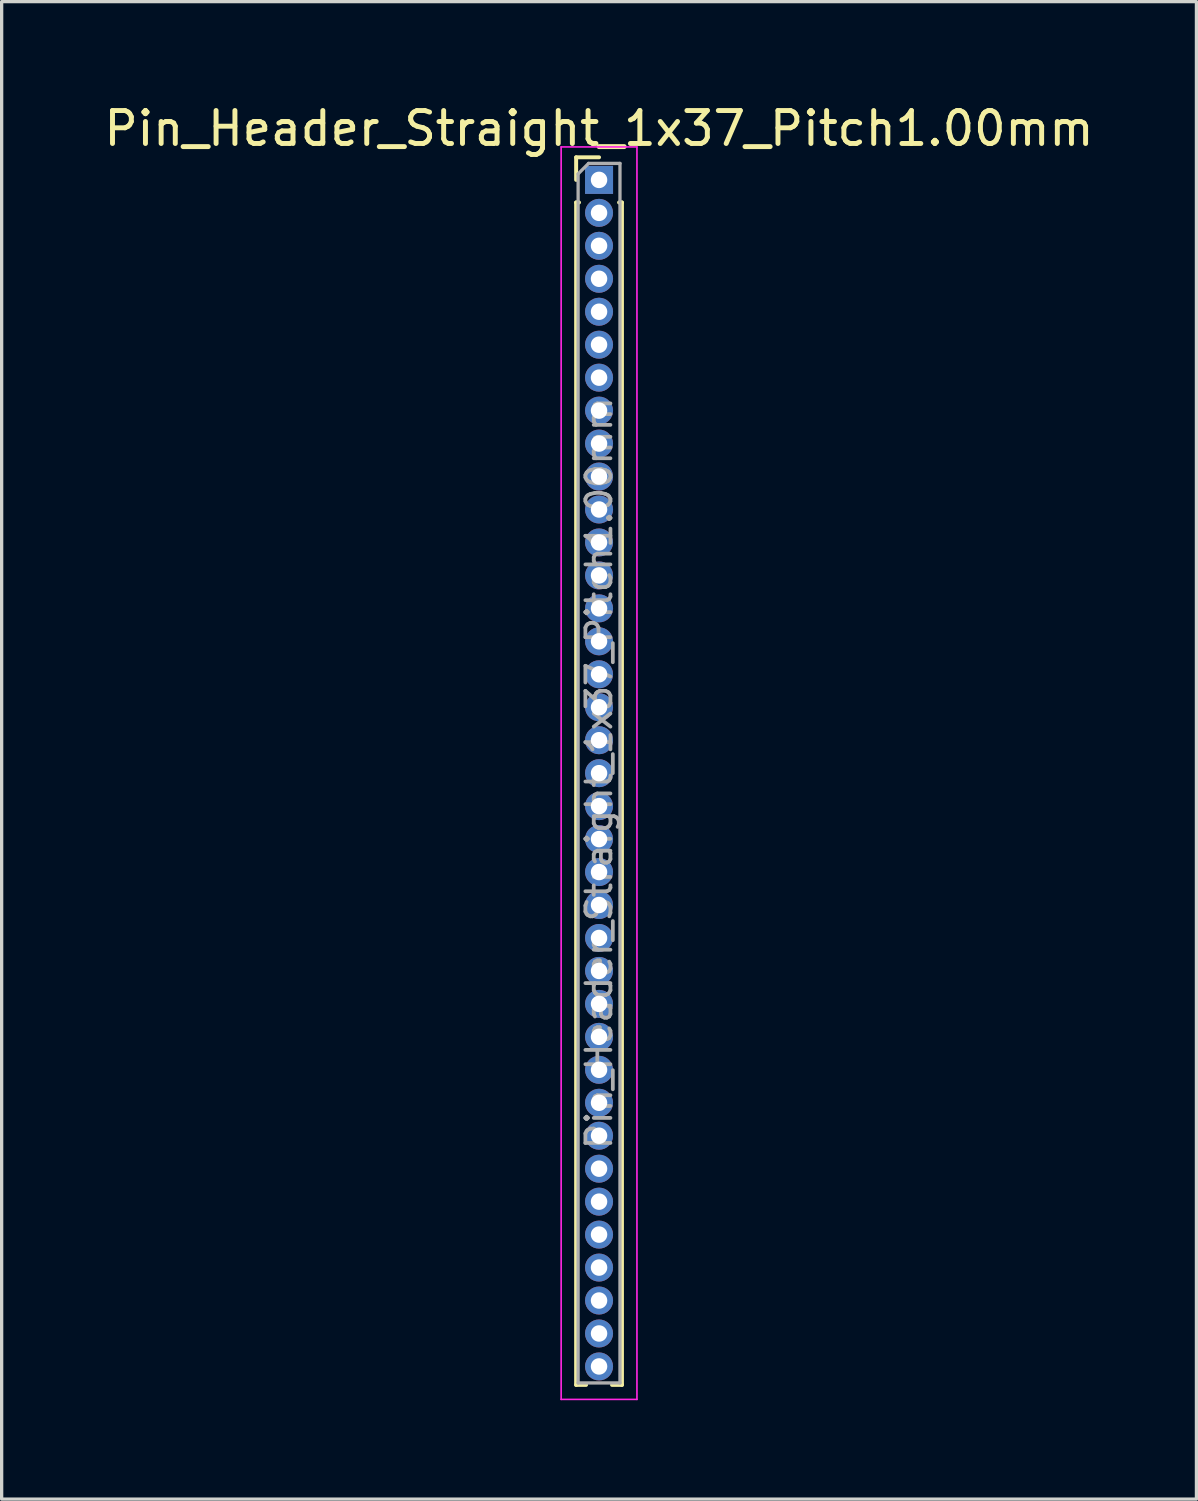
<source format=kicad_pcb>
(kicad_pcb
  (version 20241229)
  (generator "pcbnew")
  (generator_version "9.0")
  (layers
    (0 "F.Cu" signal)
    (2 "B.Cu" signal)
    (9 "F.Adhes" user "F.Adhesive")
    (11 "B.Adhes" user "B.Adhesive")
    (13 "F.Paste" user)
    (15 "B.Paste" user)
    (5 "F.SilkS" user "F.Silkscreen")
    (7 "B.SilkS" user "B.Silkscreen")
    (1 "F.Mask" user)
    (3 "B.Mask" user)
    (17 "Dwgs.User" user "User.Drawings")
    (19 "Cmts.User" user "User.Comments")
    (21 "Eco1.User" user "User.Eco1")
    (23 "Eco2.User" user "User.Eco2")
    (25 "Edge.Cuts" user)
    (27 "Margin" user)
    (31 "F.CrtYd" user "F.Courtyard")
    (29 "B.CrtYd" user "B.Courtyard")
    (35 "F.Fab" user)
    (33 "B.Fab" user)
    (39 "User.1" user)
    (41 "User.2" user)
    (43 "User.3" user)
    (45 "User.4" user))
  (footprint "Pin_Header_Straight_1x37_Pitch1.00mm"
    (layer "F.Cu")
    (at 15.125 2.408)
    (property "Reference" "Pin_Header_Straight_1x37_Pitch1.00mm" (at 0 -1.56 0) (layer "F.SilkS") (effects (font (size 1 1) (thickness 0.15))))
    (attr through_hole)
    (fp_line (start -0.695 -0.685) (end 0 -0.685) (stroke (width 0.12) (type solid)) (layer "F.SilkS"))
    (fp_line (start -0.695 0) (end -0.695 -0.685) (stroke (width 0.12) (type solid)) (layer "F.SilkS"))
    (fp_line (start -0.695 0.685) (end -0.695 36.56) (stroke (width 0.12) (type solid)) (layer "F.SilkS"))
    (fp_line (start -0.695 0.685) (end -0.608 0.685) (stroke (width 0.12) (type solid)) (layer "F.SilkS"))
    (fp_line (start -0.695 36.56) (end -0.394 36.56) (stroke (width 0.12) (type solid)) (layer "F.SilkS"))
    (fp_line (start 0.394 36.56) (end 0.695 36.56) (stroke (width 0.12) (type solid)) (layer "F.SilkS"))
    (fp_line (start 0.608 0.685) (end 0.695 0.685) (stroke (width 0.12) (type solid)) (layer "F.SilkS"))
    (fp_line (start 0.695 0.685) (end 0.695 36.56) (stroke (width 0.12) (type solid)) (layer "F.SilkS"))
    (fp_line (start -1.15 -1) (end -1.15 37) (stroke (width 0.05) (type solid)) (layer "F.CrtYd"))
    (fp_line (start -1.15 37) (end 1.15 37) (stroke (width 0.05) (type solid)) (layer "F.CrtYd"))
    (fp_line (start 1.15 -1) (end -1.15 -1) (stroke (width 0.05) (type solid)) (layer "F.CrtYd"))
    (fp_line (start 1.15 37) (end 1.15 -1) (stroke (width 0.05) (type solid)) (layer "F.CrtYd"))
    (fp_line (start -0.635 -0.182) (end -0.318 -0.5) (stroke (width 0.1) (type solid)) (layer "F.Fab"))
    (fp_line (start -0.635 36.5) (end -0.635 -0.182) (stroke (width 0.1) (type solid)) (layer "F.Fab"))
    (fp_line (start -0.318 -0.5) (end 0.635 -0.5) (stroke (width 0.1) (type solid)) (layer "F.Fab"))
    (fp_line (start 0.635 -0.5) (end 0.635 36.5) (stroke (width 0.1) (type solid)) (layer "F.Fab"))
    (fp_line (start 0.635 36.5) (end -0.635 36.5) (stroke (width 0.1) (type solid)) (layer "F.Fab"))
    (fp_text user "${REFERENCE}" (at 0 18 90) (layer "F.Fab") (effects (font (size 0.76 0.76) (thickness 0.114))))
    (pad "1" thru_hole rect (at 0 0) (size 0.85 0.85) (drill 0.5) (layers "*.Cu" "*.Mask"))
    (pad "2" thru_hole oval (at 0 1) (size 0.85 0.85) (drill 0.5) (layers "*.Cu" "*.Mask"))
    (pad "3" thru_hole oval (at 0 2) (size 0.85 0.85) (drill 0.5) (layers "*.Cu" "*.Mask"))
    (pad "4" thru_hole oval (at 0 3) (size 0.85 0.85) (drill 0.5) (layers "*.Cu" "*.Mask"))
    (pad "5" thru_hole oval (at 0 4) (size 0.85 0.85) (drill 0.5) (layers "*.Cu" "*.Mask"))
    (pad "6" thru_hole oval (at 0 5) (size 0.85 0.85) (drill 0.5) (layers "*.Cu" "*.Mask"))
    (pad "7" thru_hole oval (at 0 6) (size 0.85 0.85) (drill 0.5) (layers "*.Cu" "*.Mask"))
    (pad "8" thru_hole oval (at 0 7) (size 0.85 0.85) (drill 0.5) (layers "*.Cu" "*.Mask"))
    (pad "9" thru_hole oval (at 0 8) (size 0.85 0.85) (drill 0.5) (layers "*.Cu" "*.Mask"))
    (pad "10" thru_hole oval (at 0 9) (size 0.85 0.85) (drill 0.5) (layers "*.Cu" "*.Mask"))
    (pad "11" thru_hole oval (at 0 10) (size 0.85 0.85) (drill 0.5) (layers "*.Cu" "*.Mask"))
    (pad "12" thru_hole oval (at 0 11) (size 0.85 0.85) (drill 0.5) (layers "*.Cu" "*.Mask"))
    (pad "13" thru_hole oval (at 0 12) (size 0.85 0.85) (drill 0.5) (layers "*.Cu" "*.Mask"))
    (pad "14" thru_hole oval (at 0 13) (size 0.85 0.85) (drill 0.5) (layers "*.Cu" "*.Mask"))
    (pad "15" thru_hole oval (at 0 14) (size 0.85 0.85) (drill 0.5) (layers "*.Cu" "*.Mask"))
    (pad "16" thru_hole oval (at 0 15) (size 0.85 0.85) (drill 0.5) (layers "*.Cu" "*.Mask"))
    (pad "17" thru_hole oval (at 0 16) (size 0.85 0.85) (drill 0.5) (layers "*.Cu" "*.Mask"))
    (pad "18" thru_hole oval (at 0 17) (size 0.85 0.85) (drill 0.5) (layers "*.Cu" "*.Mask"))
    (pad "19" thru_hole oval (at 0 18) (size 0.85 0.85) (drill 0.5) (layers "*.Cu" "*.Mask"))
    (pad "20" thru_hole oval (at 0 19) (size 0.85 0.85) (drill 0.5) (layers "*.Cu" "*.Mask"))
    (pad "21" thru_hole oval (at 0 20) (size 0.85 0.85) (drill 0.5) (layers "*.Cu" "*.Mask"))
    (pad "22" thru_hole oval (at 0 21) (size 0.85 0.85) (drill 0.5) (layers "*.Cu" "*.Mask"))
    (pad "23" thru_hole oval (at 0 22) (size 0.85 0.85) (drill 0.5) (layers "*.Cu" "*.Mask"))
    (pad "24" thru_hole oval (at 0 23) (size 0.85 0.85) (drill 0.5) (layers "*.Cu" "*.Mask"))
    (pad "25" thru_hole oval (at 0 24) (size 0.85 0.85) (drill 0.5) (layers "*.Cu" "*.Mask"))
    (pad "26" thru_hole oval (at 0 25) (size 0.85 0.85) (drill 0.5) (layers "*.Cu" "*.Mask"))
    (pad "27" thru_hole oval (at 0 26) (size 0.85 0.85) (drill 0.5) (layers "*.Cu" "*.Mask"))
    (pad "28" thru_hole oval (at 0 27) (size 0.85 0.85) (drill 0.5) (layers "*.Cu" "*.Mask"))
    (pad "29" thru_hole oval (at 0 28) (size 0.85 0.85) (drill 0.5) (layers "*.Cu" "*.Mask"))
    (pad "30" thru_hole oval (at 0 29) (size 0.85 0.85) (drill 0.5) (layers "*.Cu" "*.Mask"))
    (pad "31" thru_hole oval (at 0 30) (size 0.85 0.85) (drill 0.5) (layers "*.Cu" "*.Mask"))
    (pad "32" thru_hole oval (at 0 31) (size 0.85 0.85) (drill 0.5) (layers "*.Cu" "*.Mask"))
    (pad "33" thru_hole oval (at 0 32) (size 0.85 0.85) (drill 0.5) (layers "*.Cu" "*.Mask"))
    (pad "34" thru_hole oval (at 0 33) (size 0.85 0.85) (drill 0.5) (layers "*.Cu" "*.Mask"))
    (pad "35" thru_hole oval (at 0 34) (size 0.85 0.85) (drill 0.5) (layers "*.Cu" "*.Mask"))
    (pad "36" thru_hole oval (at 0 35) (size 0.85 0.85) (drill 0.5) (layers "*.Cu" "*.Mask"))
    (pad "37" thru_hole oval (at 0 36) (size 0.85 0.85) (drill 0.5) (layers "*.Cu" "*.Mask")))
  (gr_rect
    (start -3 -3)
    (end 33.25 42.433)
    (stroke (width 0.1) (type default))
    (fill no)
    (layer "Edge.Cuts")))
</source>
